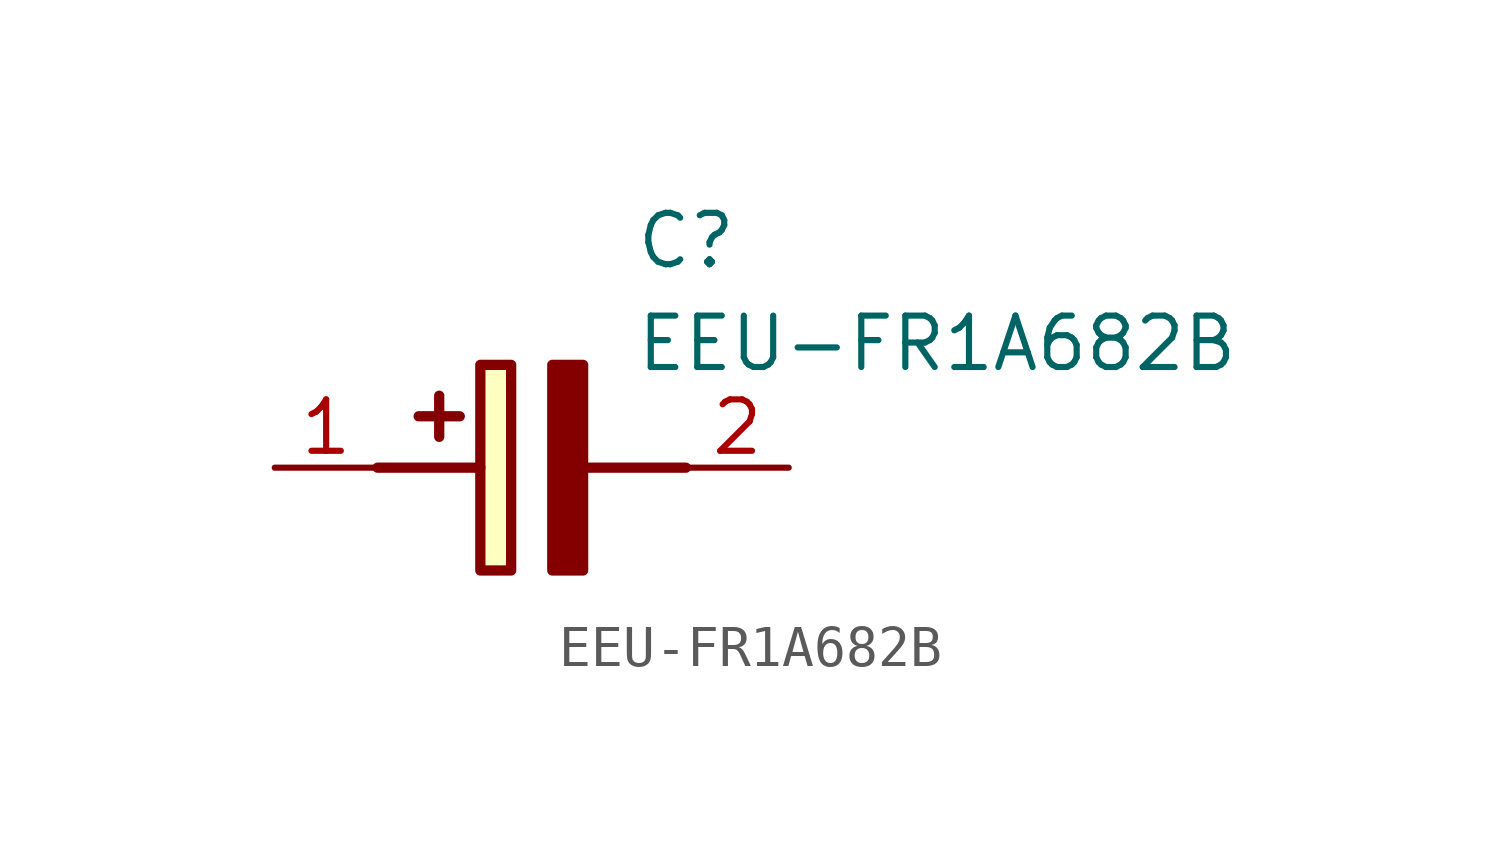
<source format=kicad_sym>
(kicad_symbol_lib
  (version 20211014)
  (generator SamacSys_ECAD_Model)
  (symbol "EEU-FR1A682B"
    (pin_names hide)
    (property "Reference" "C"
      (at 8.89 6.35 0)
      (effects (font (size 1.27 1.27)) (justify left top)))
    (property "Value" "EEU-FR1A682B"
      (at 8.89 3.81 0)
      (effects (font (size 1.27 1.27)) (justify left top)))
    (rectangle
      (start 5.08 2.54)
      (end 5.842 -2.54)
      (stroke (width 0.254) (type default))
      (fill (type background)))
    (polyline
      (pts (xy 4.572 1.27) (xy 3.556 1.27))
      (stroke (width 0.254) (type default))
      (fill (type none)))
    (polyline
      (pts (xy 4.064 1.778) (xy 4.064 0.762))
      (stroke (width 0.254) (type default))
      (fill (type none)))
    (polyline
      (pts (xy 2.54 0) (xy 5.08 0))
      (stroke (width 0.254) (type default))
      (fill (type none)))
    (polyline
      (pts (xy 7.62 0) (xy 10.16 0))
      (stroke (width 0.254) (type default))
      (fill (type none)))
    (polyline
      (pts (xy 7.62 2.54) (xy 7.62 -2.54) (xy 6.858 -2.54) (xy 6.858 2.54) (xy 7.62 2.54))
      (stroke (width 0.254) (type default))
      (fill (type outline)))
    (pin passive line
      (at 0 0 0)
      (length 2.54)
      (name "+" (effects (font (size 1.27 1.27))))
      (number "1" (effects (font (size 1.27 1.27)))))
    (pin passive line
      (at 12.7 0 180)
      (length 2.54)
      (name "-" (effects (font (size 1.27 1.27))))
      (number "2" (effects (font (size 1.27 1.27)))))))
</source>
